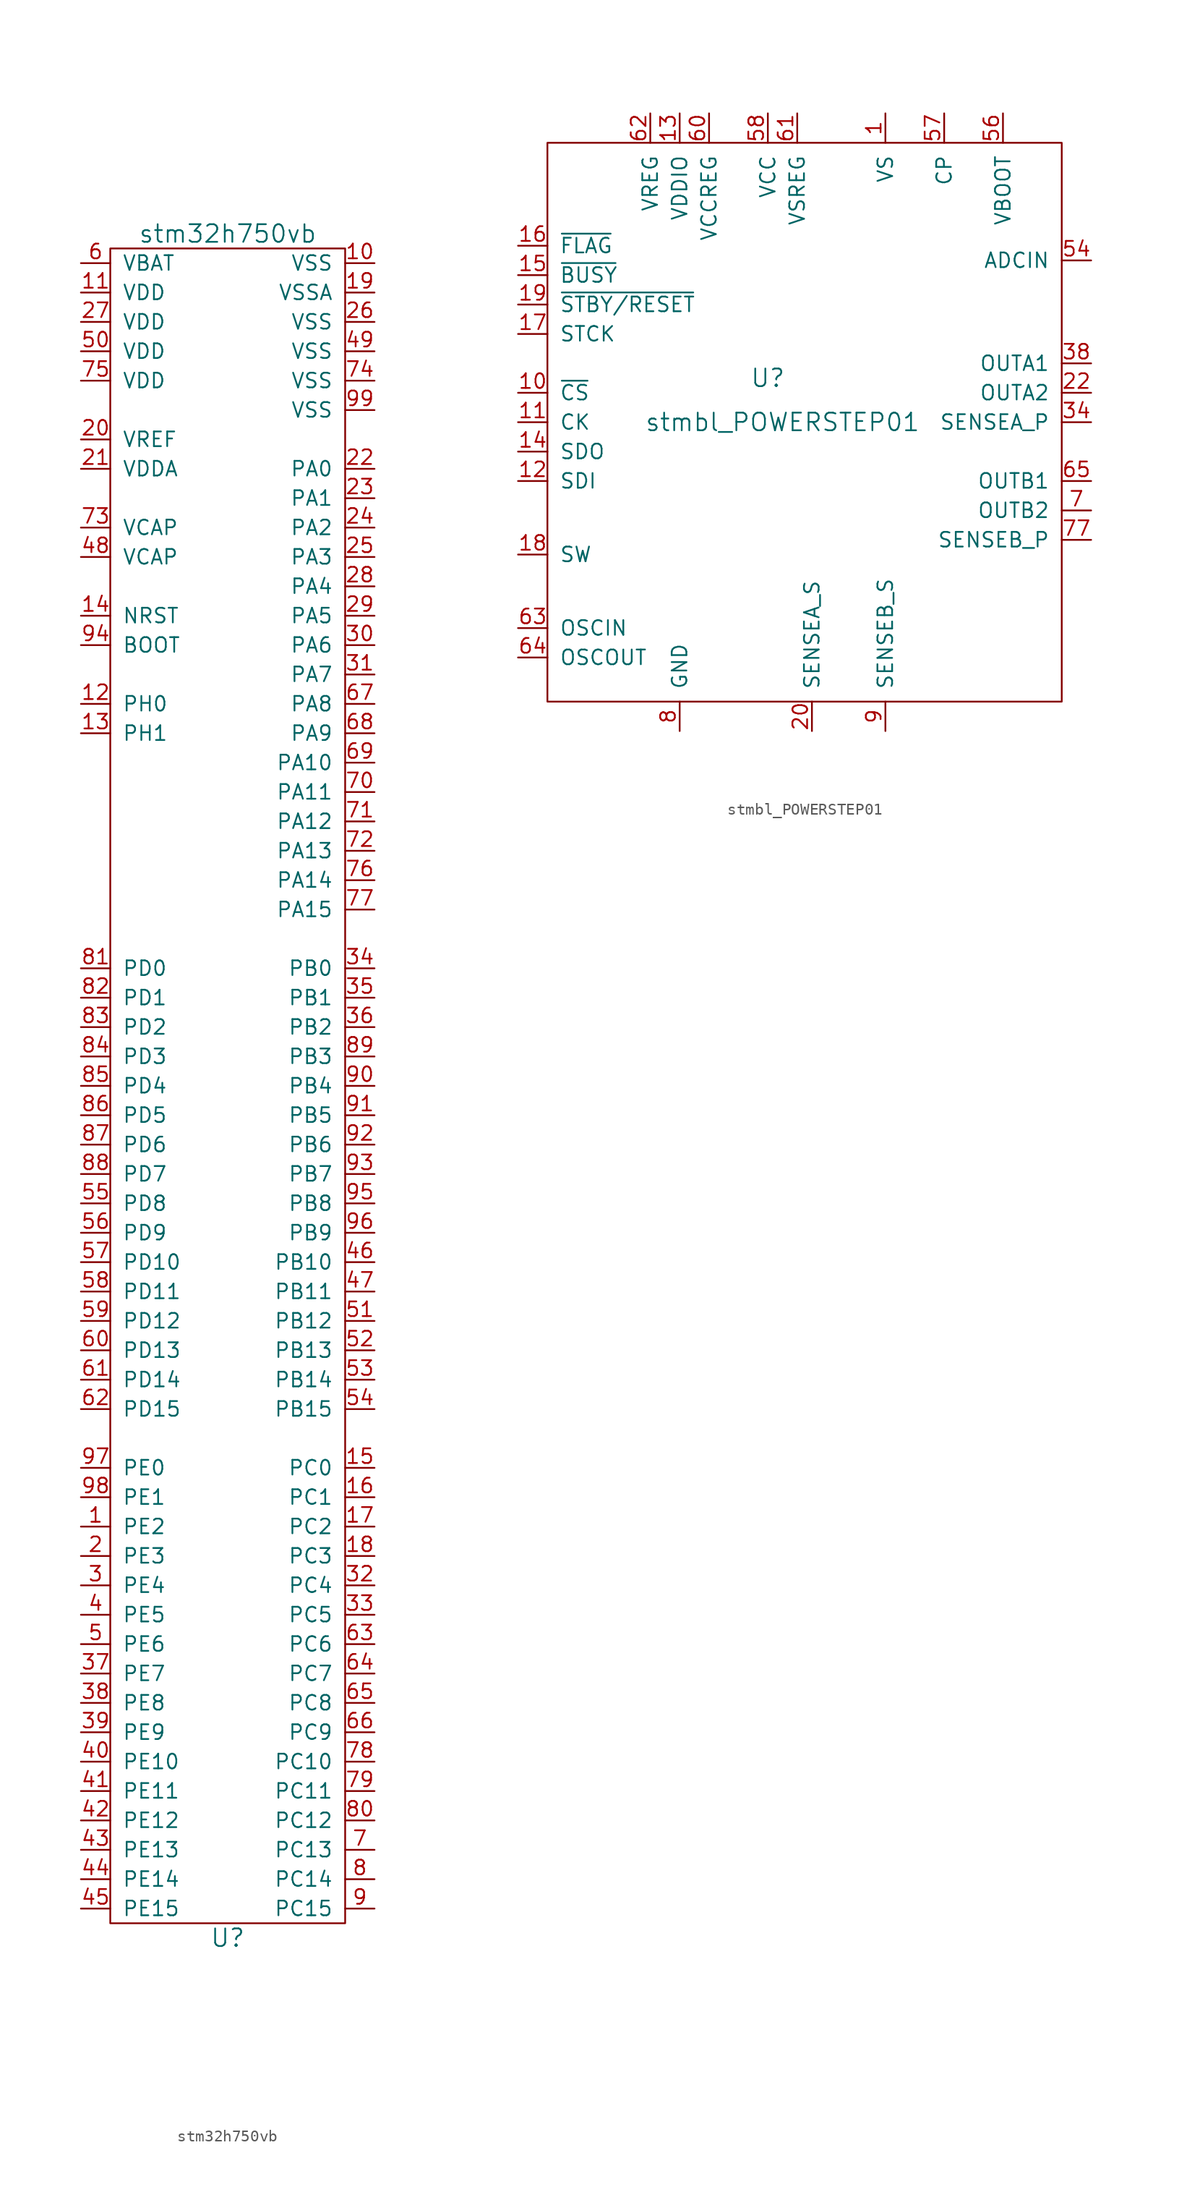
<source format=kicad_sym>
(kicad_symbol_lib
  (version 20211014)
  (generator kicad_symbol_editor)
  (symbol "stm32h750vb"
    (pin_names
      (offset 1.016))
    (property "Reference" "U"
      (at 0 -71.12 0)
      (effects (font (size 1.524 1.524))))
    (property "Value" "stm32h750vb"
      (at 0 76.2 0)
      (effects (font (size 1.524 1.524))))
    (symbol "stm32h750vb_0_1"
      (rectangle (start -10.16 74.93) (end 10.16 -69.85) (stroke (width 0) (type default) (color 0 0 0 0)) (fill (type none))))
    (symbol "stm32h750vb_1_1"
      (pin bidirectional line (at -12.7 -35.56 0) (length 2.54) (name "PE2" (effects (font (size 1.27 1.27)))) (number "1" (effects (font (size 1.27 1.27)))))
      (pin power_in line (at 12.7 73.66 180) (length 2.54) (name "VSS" (effects (font (size 1.27 1.27)))) (number "10" (effects (font (size 1.27 1.27)))))
      (pin power_in line (at -12.7 71.12 0) (length 2.54) (name "VDD" (effects (font (size 1.27 1.27)))) (number "11" (effects (font (size 1.27 1.27)))))
      (pin bidirectional line (at -12.7 35.56 0) (length 2.54) (name "PH0" (effects (font (size 1.27 1.27)))) (number "12" (effects (font (size 1.27 1.27)))))
      (pin bidirectional line (at -12.7 33.02 0) (length 2.54) (name "PH1" (effects (font (size 1.27 1.27)))) (number "13" (effects (font (size 1.27 1.27)))))
      (pin bidirectional line (at -12.7 43.18 0) (length 2.54) (name "NRST" (effects (font (size 1.27 1.27)))) (number "14" (effects (font (size 1.27 1.27)))))
      (pin bidirectional line (at 12.7 -30.48 180) (length 2.54) (name "PC0" (effects (font (size 1.27 1.27)))) (number "15" (effects (font (size 1.27 1.27)))))
      (pin bidirectional line (at 12.7 -33.02 180) (length 2.54) (name "PC1" (effects (font (size 1.27 1.27)))) (number "16" (effects (font (size 1.27 1.27)))))
      (pin bidirectional line (at 12.7 -35.56 180) (length 2.54) (name "PC2" (effects (font (size 1.27 1.27)))) (number "17" (effects (font (size 1.27 1.27)))))
      (pin bidirectional line (at 12.7 -38.1 180) (length 2.54) (name "PC3" (effects (font (size 1.27 1.27)))) (number "18" (effects (font (size 1.27 1.27)))))
      (pin power_in line (at 12.7 71.12 180) (length 2.54) (name "VSSA" (effects (font (size 1.27 1.27)))) (number "19" (effects (font (size 1.27 1.27)))))
      (pin bidirectional line (at -12.7 -38.1 0) (length 2.54) (name "PE3" (effects (font (size 1.27 1.27)))) (number "2" (effects (font (size 1.27 1.27)))))
      (pin power_in line (at -12.7 58.42 0) (length 2.54) (name "VREF" (effects (font (size 1.27 1.27)))) (number "20" (effects (font (size 1.27 1.27)))))
      (pin power_in line (at -12.7 55.88 0) (length 2.54) (name "VDDA" (effects (font (size 1.27 1.27)))) (number "21" (effects (font (size 1.27 1.27)))))
      (pin bidirectional line (at 12.7 55.88 180) (length 2.54) (name "PA0" (effects (font (size 1.27 1.27)))) (number "22" (effects (font (size 1.27 1.27)))))
      (pin bidirectional line (at 12.7 53.34 180) (length 2.54) (name "PA1" (effects (font (size 1.27 1.27)))) (number "23" (effects (font (size 1.27 1.27)))))
      (pin bidirectional line (at 12.7 50.8 180) (length 2.54) (name "PA2" (effects (font (size 1.27 1.27)))) (number "24" (effects (font (size 1.27 1.27)))))
      (pin bidirectional line (at 12.7 48.26 180) (length 2.54) (name "PA3" (effects (font (size 1.27 1.27)))) (number "25" (effects (font (size 1.27 1.27)))))
      (pin power_in line (at 12.7 68.58 180) (length 2.54) (name "VSS" (effects (font (size 1.27 1.27)))) (number "26" (effects (font (size 1.27 1.27)))))
      (pin power_in line (at -12.7 68.58 0) (length 2.54) (name "VDD" (effects (font (size 1.27 1.27)))) (number "27" (effects (font (size 1.27 1.27)))))
      (pin bidirectional line (at 12.7 45.72 180) (length 2.54) (name "PA4" (effects (font (size 1.27 1.27)))) (number "28" (effects (font (size 1.27 1.27)))))
      (pin bidirectional line (at 12.7 43.18 180) (length 2.54) (name "PA5" (effects (font (size 1.27 1.27)))) (number "29" (effects (font (size 1.27 1.27)))))
      (pin bidirectional line (at -12.7 -40.64 0) (length 2.54) (name "PE4" (effects (font (size 1.27 1.27)))) (number "3" (effects (font (size 1.27 1.27)))))
      (pin bidirectional line (at 12.7 40.64 180) (length 2.54) (name "PA6" (effects (font (size 1.27 1.27)))) (number "30" (effects (font (size 1.27 1.27)))))
      (pin bidirectional line (at 12.7 38.1 180) (length 2.54) (name "PA7" (effects (font (size 1.27 1.27)))) (number "31" (effects (font (size 1.27 1.27)))))
      (pin bidirectional line (at 12.7 -40.64 180) (length 2.54) (name "PC4" (effects (font (size 1.27 1.27)))) (number "32" (effects (font (size 1.27 1.27)))))
      (pin bidirectional line (at 12.7 -43.18 180) (length 2.54) (name "PC5" (effects (font (size 1.27 1.27)))) (number "33" (effects (font (size 1.27 1.27)))))
      (pin bidirectional line (at 12.7 12.7 180) (length 2.54) (name "PB0" (effects (font (size 1.27 1.27)))) (number "34" (effects (font (size 1.27 1.27)))))
      (pin bidirectional line (at 12.7 10.16 180) (length 2.54) (name "PB1" (effects (font (size 1.27 1.27)))) (number "35" (effects (font (size 1.27 1.27)))))
      (pin bidirectional line (at 12.7 7.62 180) (length 2.54) (name "PB2" (effects (font (size 1.27 1.27)))) (number "36" (effects (font (size 1.27 1.27)))))
      (pin bidirectional line (at -12.7 -48.26 0) (length 2.54) (name "PE7" (effects (font (size 1.27 1.27)))) (number "37" (effects (font (size 1.27 1.27)))))
      (pin bidirectional line (at -12.7 -50.8 0) (length 2.54) (name "PE8" (effects (font (size 1.27 1.27)))) (number "38" (effects (font (size 1.27 1.27)))))
      (pin bidirectional line (at -12.7 -53.34 0) (length 2.54) (name "PE9" (effects (font (size 1.27 1.27)))) (number "39" (effects (font (size 1.27 1.27)))))
      (pin bidirectional line (at -12.7 -43.18 0) (length 2.54) (name "PE5" (effects (font (size 1.27 1.27)))) (number "4" (effects (font (size 1.27 1.27)))))
      (pin bidirectional line (at -12.7 -55.88 0) (length 2.54) (name "PE10" (effects (font (size 1.27 1.27)))) (number "40" (effects (font (size 1.27 1.27)))))
      (pin bidirectional line (at -12.7 -58.42 0) (length 2.54) (name "PE11" (effects (font (size 1.27 1.27)))) (number "41" (effects (font (size 1.27 1.27)))))
      (pin bidirectional line (at -12.7 -60.96 0) (length 2.54) (name "PE12" (effects (font (size 1.27 1.27)))) (number "42" (effects (font (size 1.27 1.27)))))
      (pin bidirectional line (at -12.7 -63.5 0) (length 2.54) (name "PE13" (effects (font (size 1.27 1.27)))) (number "43" (effects (font (size 1.27 1.27)))))
      (pin bidirectional line (at -12.7 -66.04 0) (length 2.54) (name "PE14" (effects (font (size 1.27 1.27)))) (number "44" (effects (font (size 1.27 1.27)))))
      (pin bidirectional line (at -12.7 -68.58 0) (length 2.54) (name "PE15" (effects (font (size 1.27 1.27)))) (number "45" (effects (font (size 1.27 1.27)))))
      (pin bidirectional line (at 12.7 -12.7 180) (length 2.54) (name "PB10" (effects (font (size 1.27 1.27)))) (number "46" (effects (font (size 1.27 1.27)))))
      (pin bidirectional line (at 12.7 -15.24 180) (length 2.54) (name "PB11" (effects (font (size 1.27 1.27)))) (number "47" (effects (font (size 1.27 1.27)))))
      (pin power_in line (at -12.7 48.26 0) (length 2.54) (name "VCAP" (effects (font (size 1.27 1.27)))) (number "48" (effects (font (size 1.27 1.27)))))
      (pin power_in line (at 12.7 66.04 180) (length 2.54) (name "VSS" (effects (font (size 1.27 1.27)))) (number "49" (effects (font (size 1.27 1.27)))))
      (pin bidirectional line (at -12.7 -45.72 0) (length 2.54) (name "PE6" (effects (font (size 1.27 1.27)))) (number "5" (effects (font (size 1.27 1.27)))))
      (pin power_in line (at -12.7 66.04 0) (length 2.54) (name "VDD" (effects (font (size 1.27 1.27)))) (number "50" (effects (font (size 1.27 1.27)))))
      (pin bidirectional line (at 12.7 -17.78 180) (length 2.54) (name "PB12" (effects (font (size 1.27 1.27)))) (number "51" (effects (font (size 1.27 1.27)))))
      (pin bidirectional line (at 12.7 -20.32 180) (length 2.54) (name "PB13" (effects (font (size 1.27 1.27)))) (number "52" (effects (font (size 1.27 1.27)))))
      (pin bidirectional line (at 12.7 -22.86 180) (length 2.54) (name "PB14" (effects (font (size 1.27 1.27)))) (number "53" (effects (font (size 1.27 1.27)))))
      (pin bidirectional line (at 12.7 -25.4 180) (length 2.54) (name "PB15" (effects (font (size 1.27 1.27)))) (number "54" (effects (font (size 1.27 1.27)))))
      (pin bidirectional line (at -12.7 -7.62 0) (length 2.54) (name "PD8" (effects (font (size 1.27 1.27)))) (number "55" (effects (font (size 1.27 1.27)))))
      (pin bidirectional line (at -12.7 -10.16 0) (length 2.54) (name "PD9" (effects (font (size 1.27 1.27)))) (number "56" (effects (font (size 1.27 1.27)))))
      (pin bidirectional line (at -12.7 -12.7 0) (length 2.54) (name "PD10" (effects (font (size 1.27 1.27)))) (number "57" (effects (font (size 1.27 1.27)))))
      (pin bidirectional line (at -12.7 -15.24 0) (length 2.54) (name "PD11" (effects (font (size 1.27 1.27)))) (number "58" (effects (font (size 1.27 1.27)))))
      (pin bidirectional line (at -12.7 -17.78 0) (length 2.54) (name "PD12" (effects (font (size 1.27 1.27)))) (number "59" (effects (font (size 1.27 1.27)))))
      (pin power_in line (at -12.7 73.66 0) (length 2.54) (name "VBAT" (effects (font (size 1.27 1.27)))) (number "6" (effects (font (size 1.27 1.27)))))
      (pin bidirectional line (at -12.7 -20.32 0) (length 2.54) (name "PD13" (effects (font (size 1.27 1.27)))) (number "60" (effects (font (size 1.27 1.27)))))
      (pin bidirectional line (at -12.7 -22.86 0) (length 2.54) (name "PD14" (effects (font (size 1.27 1.27)))) (number "61" (effects (font (size 1.27 1.27)))))
      (pin bidirectional line (at -12.7 -25.4 0) (length 2.54) (name "PD15" (effects (font (size 1.27 1.27)))) (number "62" (effects (font (size 1.27 1.27)))))
      (pin bidirectional line (at 12.7 -45.72 180) (length 2.54) (name "PC6" (effects (font (size 1.27 1.27)))) (number "63" (effects (font (size 1.27 1.27)))))
      (pin bidirectional line (at 12.7 -48.26 180) (length 2.54) (name "PC7" (effects (font (size 1.27 1.27)))) (number "64" (effects (font (size 1.27 1.27)))))
      (pin bidirectional line (at 12.7 -50.8 180) (length 2.54) (name "PC8" (effects (font (size 1.27 1.27)))) (number "65" (effects (font (size 1.27 1.27)))))
      (pin bidirectional line (at 12.7 -53.34 180) (length 2.54) (name "PC9" (effects (font (size 1.27 1.27)))) (number "66" (effects (font (size 1.27 1.27)))))
      (pin bidirectional line (at 12.7 35.56 180) (length 2.54) (name "PA8" (effects (font (size 1.27 1.27)))) (number "67" (effects (font (size 1.27 1.27)))))
      (pin bidirectional line (at 12.7 33.02 180) (length 2.54) (name "PA9" (effects (font (size 1.27 1.27)))) (number "68" (effects (font (size 1.27 1.27)))))
      (pin bidirectional line (at 12.7 30.48 180) (length 2.54) (name "PA10" (effects (font (size 1.27 1.27)))) (number "69" (effects (font (size 1.27 1.27)))))
      (pin bidirectional line (at 12.7 -63.5 180) (length 2.54) (name "PC13" (effects (font (size 1.27 1.27)))) (number "7" (effects (font (size 1.27 1.27)))))
      (pin bidirectional line (at 12.7 27.94 180) (length 2.54) (name "PA11" (effects (font (size 1.27 1.27)))) (number "70" (effects (font (size 1.27 1.27)))))
      (pin bidirectional line (at 12.7 25.4 180) (length 2.54) (name "PA12" (effects (font (size 1.27 1.27)))) (number "71" (effects (font (size 1.27 1.27)))))
      (pin bidirectional line (at 12.7 22.86 180) (length 2.54) (name "PA13" (effects (font (size 1.27 1.27)))) (number "72" (effects (font (size 1.27 1.27)))))
      (pin power_in line (at -12.7 50.8 0) (length 2.54) (name "VCAP" (effects (font (size 1.27 1.27)))) (number "73" (effects (font (size 1.27 1.27)))))
      (pin power_in line (at 12.7 63.5 180) (length 2.54) (name "VSS" (effects (font (size 1.27 1.27)))) (number "74" (effects (font (size 1.27 1.27)))))
      (pin power_in line (at -12.7 63.5 0) (length 2.54) (name "VDD" (effects (font (size 1.27 1.27)))) (number "75" (effects (font (size 1.27 1.27)))))
      (pin bidirectional line (at 12.7 20.32 180) (length 2.54) (name "PA14" (effects (font (size 1.27 1.27)))) (number "76" (effects (font (size 1.27 1.27)))))
      (pin bidirectional line (at 12.7 17.78 180) (length 2.54) (name "PA15" (effects (font (size 1.27 1.27)))) (number "77" (effects (font (size 1.27 1.27)))))
      (pin bidirectional line (at 12.7 -55.88 180) (length 2.54) (name "PC10" (effects (font (size 1.27 1.27)))) (number "78" (effects (font (size 1.27 1.27)))))
      (pin bidirectional line (at 12.7 -58.42 180) (length 2.54) (name "PC11" (effects (font (size 1.27 1.27)))) (number "79" (effects (font (size 1.27 1.27)))))
      (pin bidirectional line (at 12.7 -66.04 180) (length 2.54) (name "PC14" (effects (font (size 1.27 1.27)))) (number "8" (effects (font (size 1.27 1.27)))))
      (pin bidirectional line (at 12.7 -60.96 180) (length 2.54) (name "PC12" (effects (font (size 1.27 1.27)))) (number "80" (effects (font (size 1.27 1.27)))))
      (pin bidirectional line (at -12.7 12.7 0) (length 2.54) (name "PD0" (effects (font (size 1.27 1.27)))) (number "81" (effects (font (size 1.27 1.27)))))
      (pin bidirectional line (at -12.7 10.16 0) (length 2.54) (name "PD1" (effects (font (size 1.27 1.27)))) (number "82" (effects (font (size 1.27 1.27)))))
      (pin bidirectional line (at -12.7 7.62 0) (length 2.54) (name "PD2" (effects (font (size 1.27 1.27)))) (number "83" (effects (font (size 1.27 1.27)))))
      (pin bidirectional line (at -12.7 5.08 0) (length 2.54) (name "PD3" (effects (font (size 1.27 1.27)))) (number "84" (effects (font (size 1.27 1.27)))))
      (pin bidirectional line (at -12.7 2.54 0) (length 2.54) (name "PD4" (effects (font (size 1.27 1.27)))) (number "85" (effects (font (size 1.27 1.27)))))
      (pin bidirectional line (at -12.7 0 0) (length 2.54) (name "PD5" (effects (font (size 1.27 1.27)))) (number "86" (effects (font (size 1.27 1.27)))))
      (pin bidirectional line (at -12.7 -2.54 0) (length 2.54) (name "PD6" (effects (font (size 1.27 1.27)))) (number "87" (effects (font (size 1.27 1.27)))))
      (pin bidirectional line (at -12.7 -5.08 0) (length 2.54) (name "PD7" (effects (font (size 1.27 1.27)))) (number "88" (effects (font (size 1.27 1.27)))))
      (pin bidirectional line (at 12.7 5.08 180) (length 2.54) (name "PB3" (effects (font (size 1.27 1.27)))) (number "89" (effects (font (size 1.27 1.27)))))
      (pin bidirectional line (at 12.7 -68.58 180) (length 2.54) (name "PC15" (effects (font (size 1.27 1.27)))) (number "9" (effects (font (size 1.27 1.27)))))
      (pin bidirectional line (at 12.7 2.54 180) (length 2.54) (name "PB4" (effects (font (size 1.27 1.27)))) (number "90" (effects (font (size 1.27 1.27)))))
      (pin bidirectional line (at 12.7 0 180) (length 2.54) (name "PB5" (effects (font (size 1.27 1.27)))) (number "91" (effects (font (size 1.27 1.27)))))
      (pin bidirectional line (at 12.7 -2.54 180) (length 2.54) (name "PB6" (effects (font (size 1.27 1.27)))) (number "92" (effects (font (size 1.27 1.27)))))
      (pin bidirectional line (at 12.7 -5.08 180) (length 2.54) (name "PB7" (effects (font (size 1.27 1.27)))) (number "93" (effects (font (size 1.27 1.27)))))
      (pin bidirectional line (at -12.7 40.64 0) (length 2.54) (name "BOOT" (effects (font (size 1.27 1.27)))) (number "94" (effects (font (size 1.27 1.27)))))
      (pin bidirectional line (at 12.7 -7.62 180) (length 2.54) (name "PB8" (effects (font (size 1.27 1.27)))) (number "95" (effects (font (size 1.27 1.27)))))
      (pin bidirectional line (at 12.7 -10.16 180) (length 2.54) (name "PB9" (effects (font (size 1.27 1.27)))) (number "96" (effects (font (size 1.27 1.27)))))
      (pin bidirectional line (at -12.7 -30.48 0) (length 2.54) (name "PE0" (effects (font (size 1.27 1.27)))) (number "97" (effects (font (size 1.27 1.27)))))
      (pin bidirectional line (at -12.7 -33.02 0) (length 2.54) (name "PE1" (effects (font (size 1.27 1.27)))) (number "98" (effects (font (size 1.27 1.27)))))
      (pin power_in line (at 12.7 60.96 180) (length 2.54) (name "VSS" (effects (font (size 1.27 1.27)))) (number "99" (effects (font (size 1.27 1.27)))))))
  (symbol "stmbl_POWERSTEP01"
    (pin_names
      (offset 1.016))
    (property "Reference" "U"
      (at -1.27 5.08 0)
      (effects (font (size 1.524 1.524))))
    (property "Value" "stmbl_POWERSTEP01"
      (at 0 1.27 0)
      (effects (font (size 1.524 1.524))))
    (symbol "stmbl_POWERSTEP01_0_1"
      (rectangle (start 24.13 25.4) (end -20.32 -22.86) (stroke (width 0) (type default) (color 0 0 0 0)) (fill (type none))))
    (symbol "stmbl_POWERSTEP01_1_1"
      (pin input line (at 8.89 27.94 270) (length 2.54) (name "VS" (effects (font (size 1.27 1.27)))) (number "1" (effects (font (size 1.27 1.27)))))
      (pin input line (at -22.86 3.81 0) (length 2.54) (name "~{CS}" (effects (font (size 1.27 1.27)))) (number "10" (effects (font (size 1.27 1.27)))))
      (pin input line (at -22.86 1.27 0) (length 2.54) (name "CK" (effects (font (size 1.27 1.27)))) (number "11" (effects (font (size 1.27 1.27)))))
      (pin input line (at -22.86 -3.81 0) (length 2.54) (name "SDI" (effects (font (size 1.27 1.27)))) (number "12" (effects (font (size 1.27 1.27)))))
      (pin input line (at -8.89 27.94 270) (length 2.54) (name "VDDIO" (effects (font (size 1.27 1.27)))) (number "13" (effects (font (size 1.27 1.27)))))
      (pin input line (at -22.86 -1.27 0) (length 2.54) (name "SDO" (effects (font (size 1.27 1.27)))) (number "14" (effects (font (size 1.27 1.27)))))
      (pin input line (at -22.86 13.97 0) (length 2.54) (name "~{BUSY}" (effects (font (size 1.27 1.27)))) (number "15" (effects (font (size 1.27 1.27)))))
      (pin input line (at -22.86 16.51 0) (length 2.54) (name "~{FLAG}" (effects (font (size 1.27 1.27)))) (number "16" (effects (font (size 1.27 1.27)))))
      (pin input line (at -22.86 8.89 0) (length 2.54) (name "STCK" (effects (font (size 1.27 1.27)))) (number "17" (effects (font (size 1.27 1.27)))))
      (pin input line (at -22.86 -10.16 0) (length 2.54) (name "SW" (effects (font (size 1.27 1.27)))) (number "18" (effects (font (size 1.27 1.27)))))
      (pin input line (at -22.86 11.43 0) (length 2.54) (name "~{STBY/RESET}" (effects (font (size 1.27 1.27)))) (number "19" (effects (font (size 1.27 1.27)))))
      (pin input line (at 2.54 -25.4 90) (length 2.54) (name "SENSEA_S" (effects (font (size 1.27 1.27)))) (number "20" (effects (font (size 1.27 1.27)))))
      (pin input line (at 26.67 3.81 180) (length 2.54) (name "OUTA2" (effects (font (size 1.27 1.27)))) (number "22" (effects (font (size 1.27 1.27)))))
      (pin input line (at 26.67 1.27 180) (length 2.54) (name "SENSEA_P" (effects (font (size 1.27 1.27)))) (number "34" (effects (font (size 1.27 1.27)))))
      (pin input line (at 26.67 6.35 180) (length 2.54) (name "OUTA1" (effects (font (size 1.27 1.27)))) (number "38" (effects (font (size 1.27 1.27)))))
      (pin input line (at 26.67 15.24 180) (length 2.54) (name "ADCIN" (effects (font (size 1.27 1.27)))) (number "54" (effects (font (size 1.27 1.27)))))
      (pin input line (at 19.05 27.94 270) (length 2.54) (name "VBOOT" (effects (font (size 1.27 1.27)))) (number "56" (effects (font (size 1.27 1.27)))))
      (pin input line (at 13.97 27.94 270) (length 2.54) (name "CP" (effects (font (size 1.27 1.27)))) (number "57" (effects (font (size 1.27 1.27)))))
      (pin input line (at -1.27 27.94 270) (length 2.54) (name "VCC" (effects (font (size 1.27 1.27)))) (number "58" (effects (font (size 1.27 1.27)))))
      (pin input line (at -6.35 27.94 270) (length 2.54) (name "VCCREG" (effects (font (size 1.27 1.27)))) (number "60" (effects (font (size 1.27 1.27)))))
      (pin input line (at 1.27 27.94 270) (length 2.54) (name "VSREG" (effects (font (size 1.27 1.27)))) (number "61" (effects (font (size 1.27 1.27)))))
      (pin input line (at -11.43 27.94 270) (length 2.54) (name "VREG" (effects (font (size 1.27 1.27)))) (number "62" (effects (font (size 1.27 1.27)))))
      (pin input line (at -22.86 -16.51 0) (length 2.54) (name "OSCIN" (effects (font (size 1.27 1.27)))) (number "63" (effects (font (size 1.27 1.27)))))
      (pin input line (at -22.86 -19.05 0) (length 2.54) (name "OSCOUT" (effects (font (size 1.27 1.27)))) (number "64" (effects (font (size 1.27 1.27)))))
      (pin input line (at 26.67 -3.81 180) (length 2.54) (name "OUTB1" (effects (font (size 1.27 1.27)))) (number "65" (effects (font (size 1.27 1.27)))))
      (pin input line (at 26.67 -6.35 180) (length 2.54) (name "OUTB2" (effects (font (size 1.27 1.27)))) (number "7" (effects (font (size 1.27 1.27)))))
      (pin input line (at 26.67 -8.89 180) (length 2.54) (name "SENSEB_P" (effects (font (size 1.27 1.27)))) (number "77" (effects (font (size 1.27 1.27)))))
      (pin input line (at -8.89 -25.4 90) (length 2.54) (name "GND" (effects (font (size 1.27 1.27)))) (number "8" (effects (font (size 1.27 1.27)))))
      (pin input line (at 8.89 -25.4 90) (length 2.54) (name "SENSEB_S" (effects (font (size 1.27 1.27)))) (number "9" (effects (font (size 1.27 1.27))))))))
</source>
